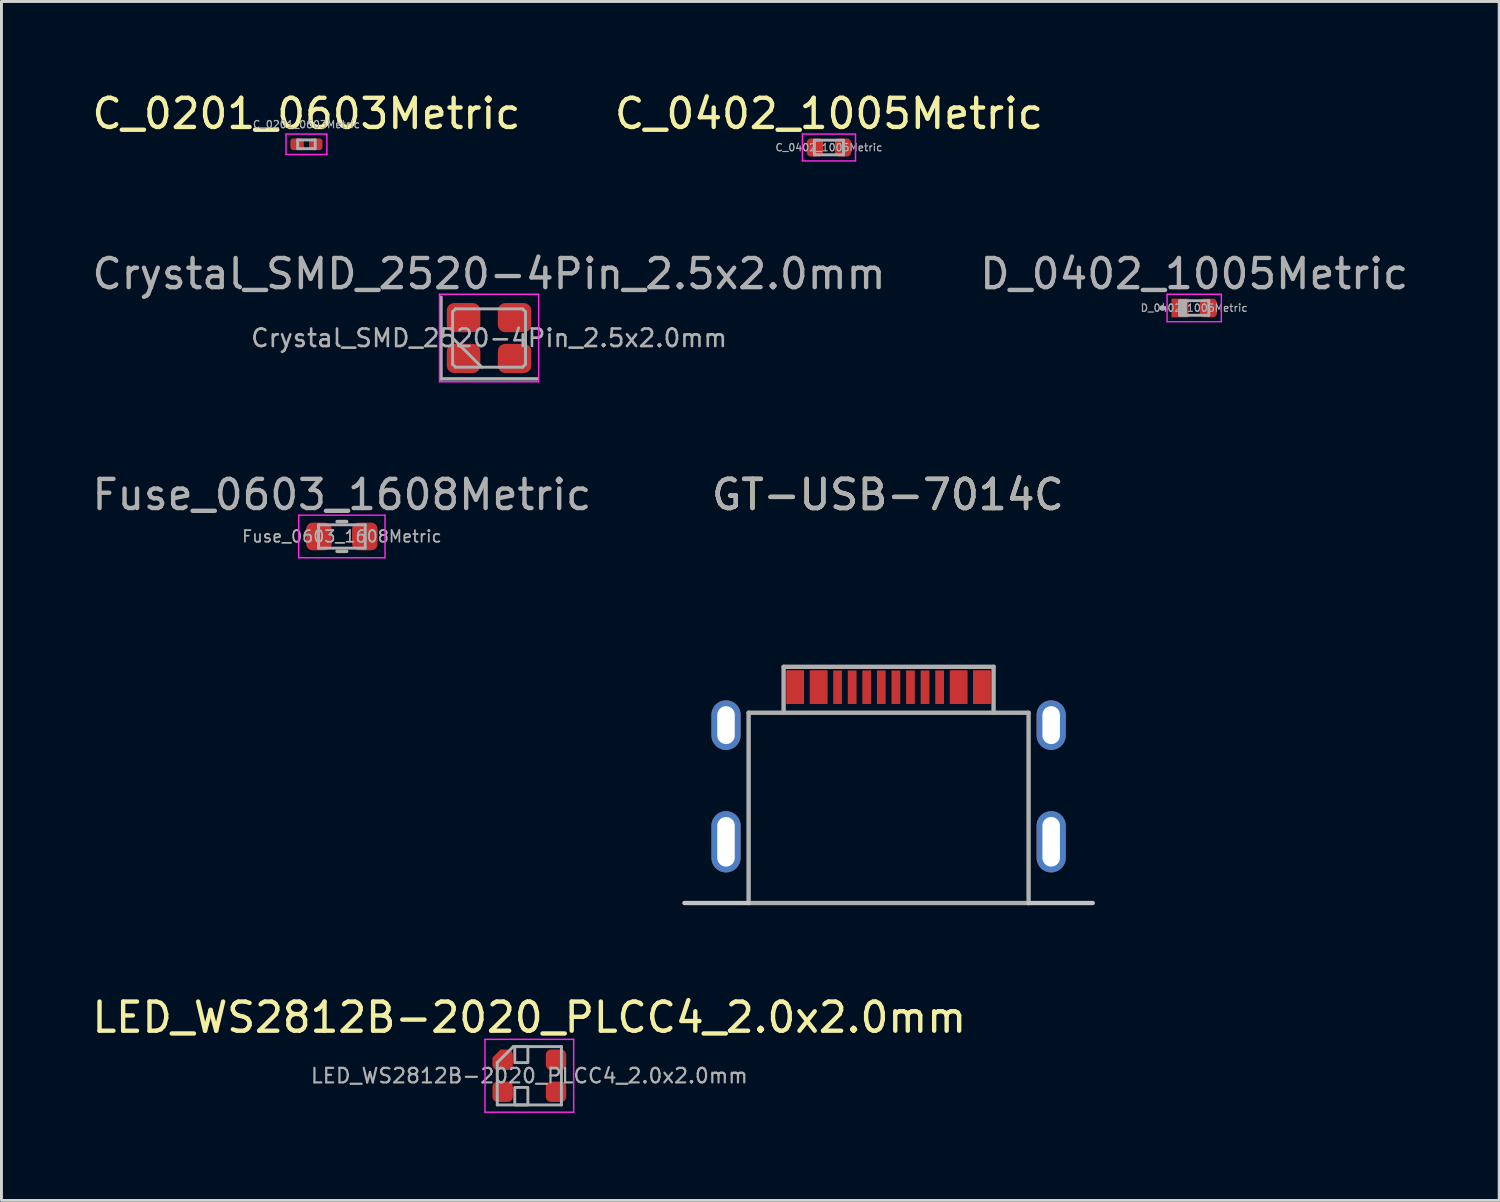
<source format=kicad_pcb>
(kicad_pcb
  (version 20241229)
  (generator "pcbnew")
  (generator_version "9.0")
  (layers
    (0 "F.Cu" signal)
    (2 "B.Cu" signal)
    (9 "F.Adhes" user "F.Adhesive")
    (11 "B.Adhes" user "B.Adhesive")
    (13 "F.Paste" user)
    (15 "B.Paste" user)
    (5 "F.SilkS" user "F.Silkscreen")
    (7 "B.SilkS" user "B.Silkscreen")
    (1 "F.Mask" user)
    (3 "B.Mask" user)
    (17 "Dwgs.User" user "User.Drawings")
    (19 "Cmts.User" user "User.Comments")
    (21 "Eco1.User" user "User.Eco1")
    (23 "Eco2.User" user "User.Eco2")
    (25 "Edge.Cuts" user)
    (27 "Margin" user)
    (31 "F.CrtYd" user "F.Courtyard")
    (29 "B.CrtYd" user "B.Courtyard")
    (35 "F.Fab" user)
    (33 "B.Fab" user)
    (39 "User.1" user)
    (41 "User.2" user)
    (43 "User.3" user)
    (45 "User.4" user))
  (footprint "GT-USB-7014C"
    (layer "F.Cu")
    (at 27.395 23.165)
    (property "Reference" "GT-USB-7014C" (at 0 -9.25 180) (layer "F.SilkS") (effects (font (size 1 1) (thickness 0.15))))
    (attr smd)
    (fp_line (start -4.775 4.75) (end -6.975 4.75) (stroke (width 0.15) (type solid)) (layer "Dwgs.User"))
    (fp_line (start 7.025 4.75) (end 4.825 4.75) (stroke (width 0.15) (type solid)) (layer "Dwgs.User"))
    (fp_line (start -4.775 -1.775) (end -4.775 4.75) (stroke (width 0.15) (type solid)) (layer "F.Fab"))
    (fp_line (start -3.575 -3.35) (end 3.625 -3.35) (stroke (width 0.15) (type solid)) (layer "F.Fab"))
    (fp_line (start -3.575 -1.775) (end -3.575 -3.35) (stroke (width 0.15) (type solid)) (layer "F.Fab"))
    (fp_line (start 3.625 -3.35) (end 3.625 -1.775) (stroke (width 0.15) (type solid)) (layer "F.Fab"))
    (fp_line (start 4.825 -1.775) (end -4.775 -1.775) (stroke (width 0.15) (type solid)) (layer "F.Fab"))
    (fp_line (start 4.825 -1.775) (end 4.825 4.75) (stroke (width 0.15) (type solid)) (layer "F.Fab"))
    (fp_line (start 4.825 4.75) (end -4.775 4.75) (stroke (width 0.15) (type solid)) (layer "F.Fab"))
    (fp_text user "${REFERENCE}" (at 0 -9.25 180) (layer "F.Fab") (effects (font (size 1 1) (thickness 0.15))))
    (pad "A1" smd rect (at -3.175 -2.65) (size 0.6 1.15) (layers "F.Cu" "F.Mask" "F.Paste"))
    (pad "A4" smd rect (at -2.375 -2.65) (size 0.6 1.15) (layers "F.Cu" "F.Mask" "F.Paste"))
    (pad "A5" smd rect (at -1.225 -2.65) (size 0.3 1.15) (layers "F.Cu" "F.Mask" "F.Paste"))
    (pad "A6" smd rect (at -0.225 -2.65) (size 0.3 1.15) (layers "F.Cu" "F.Mask" "F.Paste"))
    (pad "A7" smd rect (at 0.275 -2.65) (size 0.3 1.15) (layers "F.Cu" "F.Mask" "F.Paste"))
    (pad "A8" smd rect (at 1.275 -2.65) (size 0.3 1.15) (layers "F.Cu" "F.Mask" "F.Paste"))
    (pad "A9" smd rect (at 2.425 -2.65) (size 0.6 1.15) (layers "F.Cu" "F.Mask" "F.Paste"))
    (pad "A12" smd rect (at 3.225 -2.65) (size 0.6 1.15) (layers "F.Cu" "F.Mask" "F.Paste"))
    (pad "B1" smd rect (at 3.225 -2.65) (size 0.6 1.15) (layers "F.Cu" "F.Mask" "F.Paste"))
    (pad "B4" smd rect (at 2.425 -2.65) (size 0.6 1.15) (layers "F.Cu" "F.Mask" "F.Paste"))
    (pad "B5" smd rect (at 1.775 -2.65) (size 0.3 1.15) (layers "F.Cu" "F.Mask" "F.Paste"))
    (pad "B6" smd rect (at 0.775 -2.65) (size 0.3 1.15) (layers "F.Cu" "F.Mask" "F.Paste"))
    (pad "B7" smd rect (at -0.725 -2.65) (size 0.3 1.15) (layers "F.Cu" "F.Mask" "F.Paste"))
    (pad "B8" smd rect (at -1.725 -2.65) (size 0.3 1.15) (layers "F.Cu" "F.Mask" "F.Paste"))
    (pad "B9" smd rect (at -2.375 -2.65) (size 0.6 1.15) (layers "F.Cu" "F.Mask" "F.Paste"))
    (pad "B12" smd rect (at -3.175 -2.65) (size 0.6 1.15) (layers "F.Cu" "F.Mask" "F.Paste"))
    (pad "S1" thru_hole oval (at -5.55 -1.35) (size 1 1.7) (drill oval 0.6 1.3) (layers "*.Cu" "*.Mask"))
    (pad "S2" thru_hole oval (at 5.6 -1.35) (size 1 1.7) (drill oval 0.6 1.3) (layers "*.Cu" "*.Mask"))
    (pad "S3" thru_hole oval (at 5.6 2.65) (size 1 2.1) (drill oval 0.6 1.7) (layers "*.Cu" "*.Mask"))
    (pad "S4" thru_hole oval (at -5.55 2.65) (size 1 2.1) (drill oval 0.6 1.7) (layers "*.Cu" "*.Mask")))
  (footprint "C_0201_0603Metric"
    (layer "F.Cu")
    (at 7.458 1.898)
    (property "Reference" "C_0201_0603Metric" (at 0 -1.05 0) (layer "F.SilkS") (effects (font (size 1 1) (thickness 0.15))))
    (attr smd)
    (fp_line (start -0.7 -0.35) (end -0.7 0.35) (stroke (width 0.05) (type solid)) (layer "F.CrtYd"))
    (fp_line (start -0.7 0.35) (end 0.7 0.35) (stroke (width 0.05) (type solid)) (layer "F.CrtYd"))
    (fp_line (start 0.7 -0.35) (end -0.7 -0.35) (stroke (width 0.05) (type solid)) (layer "F.CrtYd"))
    (fp_line (start 0.7 0.35) (end 0.7 -0.35) (stroke (width 0.05) (type solid)) (layer "F.CrtYd"))
    (fp_line (start -0.3 -0.15) (end -0.3 0.15) (stroke (width 0.1) (type solid)) (layer "F.Fab"))
    (fp_line (start -0.3 0.15) (end 0.3 0.15) (stroke (width 0.1) (type solid)) (layer "F.Fab"))
    (fp_line (start 0.3 -0.15) (end -0.3 -0.15) (stroke (width 0.1) (type solid)) (layer "F.Fab"))
    (fp_line (start 0.3 0.15) (end 0.3 -0.15) (stroke (width 0.1) (type solid)) (layer "F.Fab"))
    (fp_text user "${REFERENCE}" (at 0 -0.68 0) (layer "F.Fab") (effects (font (size 0.25 0.25) (thickness 0.04))))
    (pad "" smd roundrect (at -0.345 0) (size 0.318 0.36) (layers "F.Paste") (roundrect_rratio 0.25))
    (pad "" smd roundrect (at 0.345 0) (size 0.318 0.36) (layers "F.Paste") (roundrect_rratio 0.25))
    (pad "1" smd roundrect (at -0.32 0) (size 0.46 0.4) (layers "F.Cu" "F.Mask") (roundrect_rratio 0.25))
    (pad "2" smd roundrect (at 0.32 0) (size 0.46 0.4) (layers "F.Cu" "F.Mask") (roundrect_rratio 0.25)))
  (footprint "Fuse_0603_1608Metric"
    (layer "F.Cu")
    (at 8.673 15.345)
    (property "Reference" "Fuse_0603_1608Metric" (at 0 -1.43 0) (layer "F.Fab") (effects (font (size 1 1) (thickness 0.15))))
    (attr smd)
    (fp_line (start -1.48 -0.73) (end 1.48 -0.73) (stroke (width 0.05) (type solid)) (layer "F.CrtYd"))
    (fp_line (start -1.48 0.73) (end -1.48 -0.73) (stroke (width 0.05) (type solid)) (layer "F.CrtYd"))
    (fp_line (start 1.48 -0.73) (end 1.48 0.73) (stroke (width 0.05) (type solid)) (layer "F.CrtYd"))
    (fp_line (start 1.48 0.73) (end -1.48 0.73) (stroke (width 0.05) (type solid)) (layer "F.CrtYd"))
    (fp_line (start -0.8 -0.4) (end 0.8 -0.4) (stroke (width 0.1) (type solid)) (layer "F.Fab"))
    (fp_line (start -0.8 0.4) (end -0.8 -0.4) (stroke (width 0.1) (type solid)) (layer "F.Fab"))
    (fp_line (start -0.163 -0.51) (end 0.163 -0.51) (stroke (width 0.12) (type solid)) (layer "F.Fab"))
    (fp_line (start -0.163 0.51) (end 0.163 0.51) (stroke (width 0.12) (type solid)) (layer "F.Fab"))
    (fp_line (start 0.8 -0.4) (end 0.8 0.4) (stroke (width 0.1) (type solid)) (layer "F.Fab"))
    (fp_line (start 0.8 0.4) (end -0.8 0.4) (stroke (width 0.1) (type solid)) (layer "F.Fab"))
    (fp_text user "${REFERENCE}" (at 0 0 0) (layer "F.Fab") (effects (font (size 0.4 0.4) (thickness 0.06))))
    (pad "1" smd roundrect (at -0.787 0) (size 0.875 0.95) (layers "F.Cu" "F.Mask" "F.Paste") (roundrect_rratio 0.25))
    (pad "2" smd roundrect (at 0.787 0) (size 0.875 0.95) (layers "F.Cu" "F.Mask" "F.Paste") (roundrect_rratio 0.25)))
  (footprint "Crystal_SMD_2520-4Pin_2.5x2.0mm"
    (layer "F.Cu")
    (at 13.72 8.541)
    (property "Reference" "Crystal_SMD_2520-4Pin_2.5x2.0mm" (at 0 -2.2 0) (layer "F.Fab") (effects (font (size 1 1) (thickness 0.15))))
    (attr smd)
    (fp_line (start -1.7 -1.5) (end -1.7 1.5) (stroke (width 0.05) (type solid)) (layer "F.CrtYd"))
    (fp_line (start -1.7 1.5) (end 1.7 1.5) (stroke (width 0.05) (type solid)) (layer "F.CrtYd"))
    (fp_line (start 1.7 -1.5) (end -1.7 -1.5) (stroke (width 0.05) (type solid)) (layer "F.CrtYd"))
    (fp_line (start 1.7 1.5) (end 1.7 -1.5) (stroke (width 0.05) (type solid)) (layer "F.CrtYd"))
    (fp_line (start -1.65 -1.4) (end -1.65 1.4) (stroke (width 0.12) (type solid)) (layer "F.Fab"))
    (fp_line (start -1.65 1.4) (end 1.65 1.4) (stroke (width 0.12) (type solid)) (layer "F.Fab"))
    (fp_line (start -1.25 -0.9) (end -1.15 -1) (stroke (width 0.1) (type solid)) (layer "F.Fab"))
    (fp_line (start -1.25 0) (end -0.25 1) (stroke (width 0.1) (type solid)) (layer "F.Fab"))
    (fp_line (start -1.25 0.9) (end -1.25 -0.9) (stroke (width 0.1) (type solid)) (layer "F.Fab"))
    (fp_line (start -1.15 -1) (end 1.15 -1) (stroke (width 0.1) (type solid)) (layer "F.Fab"))
    (fp_line (start -1.15 1) (end -1.25 0.9) (stroke (width 0.1) (type solid)) (layer "F.Fab"))
    (fp_line (start 1.15 -1) (end 1.25 -0.9) (stroke (width 0.1) (type solid)) (layer "F.Fab"))
    (fp_line (start 1.15 1) (end -1.15 1) (stroke (width 0.1) (type solid)) (layer "F.Fab"))
    (fp_line (start 1.25 -0.9) (end 1.25 0.9) (stroke (width 0.1) (type solid)) (layer "F.Fab"))
    (fp_line (start 1.25 0.9) (end 1.15 1) (stroke (width 0.1) (type solid)) (layer "F.Fab"))
    (fp_text user "${REFERENCE}" (at 0 0 0) (layer "F.Fab") (effects (font (size 0.6 0.6) (thickness 0.09))))
    (pad "1" smd roundrect (at -0.875 0.7) (size 1.15 1) (layers "F.Cu" "F.Mask" "F.Paste") (roundrect_rratio 0.25))
    (pad "2" smd roundrect (at 0.875 0.7) (size 1.15 1) (layers "F.Cu" "F.Mask" "F.Paste") (roundrect_rratio 0.25))
    (pad "3" smd roundrect (at 0.875 -0.7) (size 1.15 1) (layers "F.Cu" "F.Mask" "F.Paste") (roundrect_rratio 0.25))
    (pad "4" smd roundrect (at -0.875 -0.7) (size 1.15 1) (layers "F.Cu" "F.Mask" "F.Paste") (roundrect_rratio 0.25)))
  (footprint "C_0402_1005Metric"
    (layer "F.Cu")
    (at 25.375 2.008)
    (property "Reference" "C_0402_1005Metric" (at 0 -1.16 0) (layer "F.SilkS") (effects (font (size 1 1) (thickness 0.15))))
    (attr smd)
    (fp_line (start -0.91 -0.46) (end 0.91 -0.46) (stroke (width 0.05) (type solid)) (layer "F.CrtYd"))
    (fp_line (start -0.91 0.46) (end -0.91 -0.46) (stroke (width 0.05) (type solid)) (layer "F.CrtYd"))
    (fp_line (start 0.91 -0.46) (end 0.91 0.46) (stroke (width 0.05) (type solid)) (layer "F.CrtYd"))
    (fp_line (start 0.91 0.46) (end -0.91 0.46) (stroke (width 0.05) (type solid)) (layer "F.CrtYd"))
    (fp_line (start -0.5 -0.25) (end 0.5 -0.25) (stroke (width 0.1) (type solid)) (layer "F.Fab"))
    (fp_line (start -0.5 0.25) (end -0.5 -0.25) (stroke (width 0.1) (type solid)) (layer "F.Fab"))
    (fp_line (start 0.5 -0.25) (end 0.5 0.25) (stroke (width 0.1) (type solid)) (layer "F.Fab"))
    (fp_line (start 0.5 0.25) (end -0.5 0.25) (stroke (width 0.1) (type solid)) (layer "F.Fab"))
    (fp_text user "${REFERENCE}" (at 0 0 0) (layer "F.Fab") (effects (font (size 0.25 0.25) (thickness 0.04))))
    (pad "1" smd roundrect (at -0.48 0) (size 0.56 0.62) (layers "F.Cu" "F.Mask" "F.Paste") (roundrect_rratio 0.25))
    (pad "2" smd roundrect (at 0.48 0) (size 0.56 0.62) (layers "F.Cu" "F.Mask" "F.Paste") (roundrect_rratio 0.25)))
  (footprint "LED_WS2812B-2020_PLCC4_2.0x2.0mm"
    (layer "F.Cu")
    (at 15.101 33.838)
    (property "Reference" "LED_WS2812B-2020_PLCC4_2.0x2.0mm" (at 0 -2 0) (layer "F.SilkS") (effects (font (size 1 1) (thickness 0.15))))
    (attr smd)
    (fp_line (start -1.52 -1.25) (end 1.52 -1.25) (stroke (width 0.05) (type solid)) (layer "F.CrtYd"))
    (fp_line (start -1.52 1.25) (end -1.52 -1.25) (stroke (width 0.05) (type solid)) (layer "F.CrtYd"))
    (fp_line (start 1.52 -1.25) (end 1.52 1.25) (stroke (width 0.05) (type solid)) (layer "F.CrtYd"))
    (fp_line (start 1.52 1.25) (end -1.52 1.25) (stroke (width 0.05) (type solid)) (layer "F.CrtYd"))
    (fp_line (start -1.1 -0.45) (end -0.55 -1) (stroke (width 0.1) (type solid)) (layer "F.Fab"))
    (fp_line (start -1.1 1) (end -1.1 -0.45) (stroke (width 0.1) (type solid)) (layer "F.Fab"))
    (fp_line (start -0.55 -1) (end 1.1 -1) (stroke (width 0.1) (type solid)) (layer "F.Fab"))
    (fp_line (start 1.1 1) (end -1.1 1) (stroke (width 0.1) (type solid)) (layer "F.Fab"))
    (fp_line (start 1.1 1) (end 1.1 -1) (stroke (width 0.1) (type solid)) (layer "F.Fab"))
    (fp_rect (start -0.05 -0.45) (end -0.5 -1) (stroke (width 0.1) (type solid)) (fill no) (layer "F.Fab"))
    (fp_rect (start -0.05 1) (end -0.5 0.4) (stroke (width 0.1) (type solid)) (fill no) (layer "F.Fab"))
    (fp_text user "${REFERENCE}" (at 0 0 0) (layer "F.Fab") (effects (font (size 0.5 0.5) (thickness 0.075))))
    (pad "1" smd roundrect (at -0.915 -0.55) (size 0.7 0.7) (layers "F.Cu" "F.Mask" "F.Paste") (roundrect_rratio 0.25) (chamfer_ratio 0.4) (chamfer top_left))
    (pad "2" smd roundrect (at -0.915 0.55) (size 0.7 0.7) (layers "F.Cu" "F.Mask" "F.Paste") (roundrect_rratio 0.25))
    (pad "3" smd roundrect (at 0.915 0.55) (size 0.7 0.7) (layers "F.Cu" "F.Mask" "F.Paste") (roundrect_rratio 0.25))
    (pad "4" smd roundrect (at 0.915 -0.55) (size 0.7 0.7) (layers "F.Cu" "F.Mask" "F.Paste") (roundrect_rratio 0.25)))
  (footprint "D_0402_1005Metric"
    (layer "F.Cu")
    (at 37.899 7.511)
    (property "Reference" "D_0402_1005Metric" (at 0 -1.17 180) (layer "F.Fab") (effects (font (size 1 1) (thickness 0.15))))
    (attr smd)
    (fp_line (start -0.93 -0.47) (end 0.93 -0.47) (stroke (width 0.05) (type solid)) (layer "F.CrtYd"))
    (fp_line (start -0.93 0.47) (end -0.93 -0.47) (stroke (width 0.05) (type solid)) (layer "F.CrtYd"))
    (fp_line (start 0.93 -0.47) (end 0.93 0.47) (stroke (width 0.05) (type solid)) (layer "F.CrtYd"))
    (fp_line (start 0.93 0.47) (end -0.93 0.47) (stroke (width 0.05) (type solid)) (layer "F.CrtYd"))
    (fp_line (start -0.5 -0.25) (end 0.5 -0.25) (stroke (width 0.1) (type solid)) (layer "F.Fab"))
    (fp_line (start -0.5 0.25) (end -0.5 -0.25) (stroke (width 0.1) (type solid)) (layer "F.Fab"))
    (fp_line (start -0.4 0.25) (end -0.4 -0.25) (stroke (width 0.1) (type solid)) (layer "F.Fab"))
    (fp_line (start -0.3 0.25) (end -0.3 -0.25) (stroke (width 0.1) (type solid)) (layer "F.Fab"))
    (fp_line (start 0.5 -0.25) (end 0.5 0.25) (stroke (width 0.1) (type solid)) (layer "F.Fab"))
    (fp_line (start 0.5 0.25) (end -0.5 0.25) (stroke (width 0.1) (type solid)) (layer "F.Fab"))
    (fp_circle (center -1.09 0) (end -1.04 0) (stroke (width 0.1) (type solid)) (fill no) (layer "F.Fab"))
    (fp_text user "${REFERENCE}" (at 0 0 180) (layer "F.Fab") (effects (font (size 0.25 0.25) (thickness 0.04))))
    (pad "1" smd rect (at -0.485 0) (size 0.59 0.64) (layers "F.Cu" "F.Mask" "F.Paste"))
    (pad "2" smd roundrect (at 0.485 0) (size 0.59 0.64) (layers "F.Cu" "F.Mask" "F.Paste") (roundrect_rratio 0.25)))
  (gr_rect
    (start -3 -3)
    (end 48.357 38.113)
    (stroke (width 0.1) (type default))
    (fill no)
    (layer "Edge.Cuts")))
</source>
